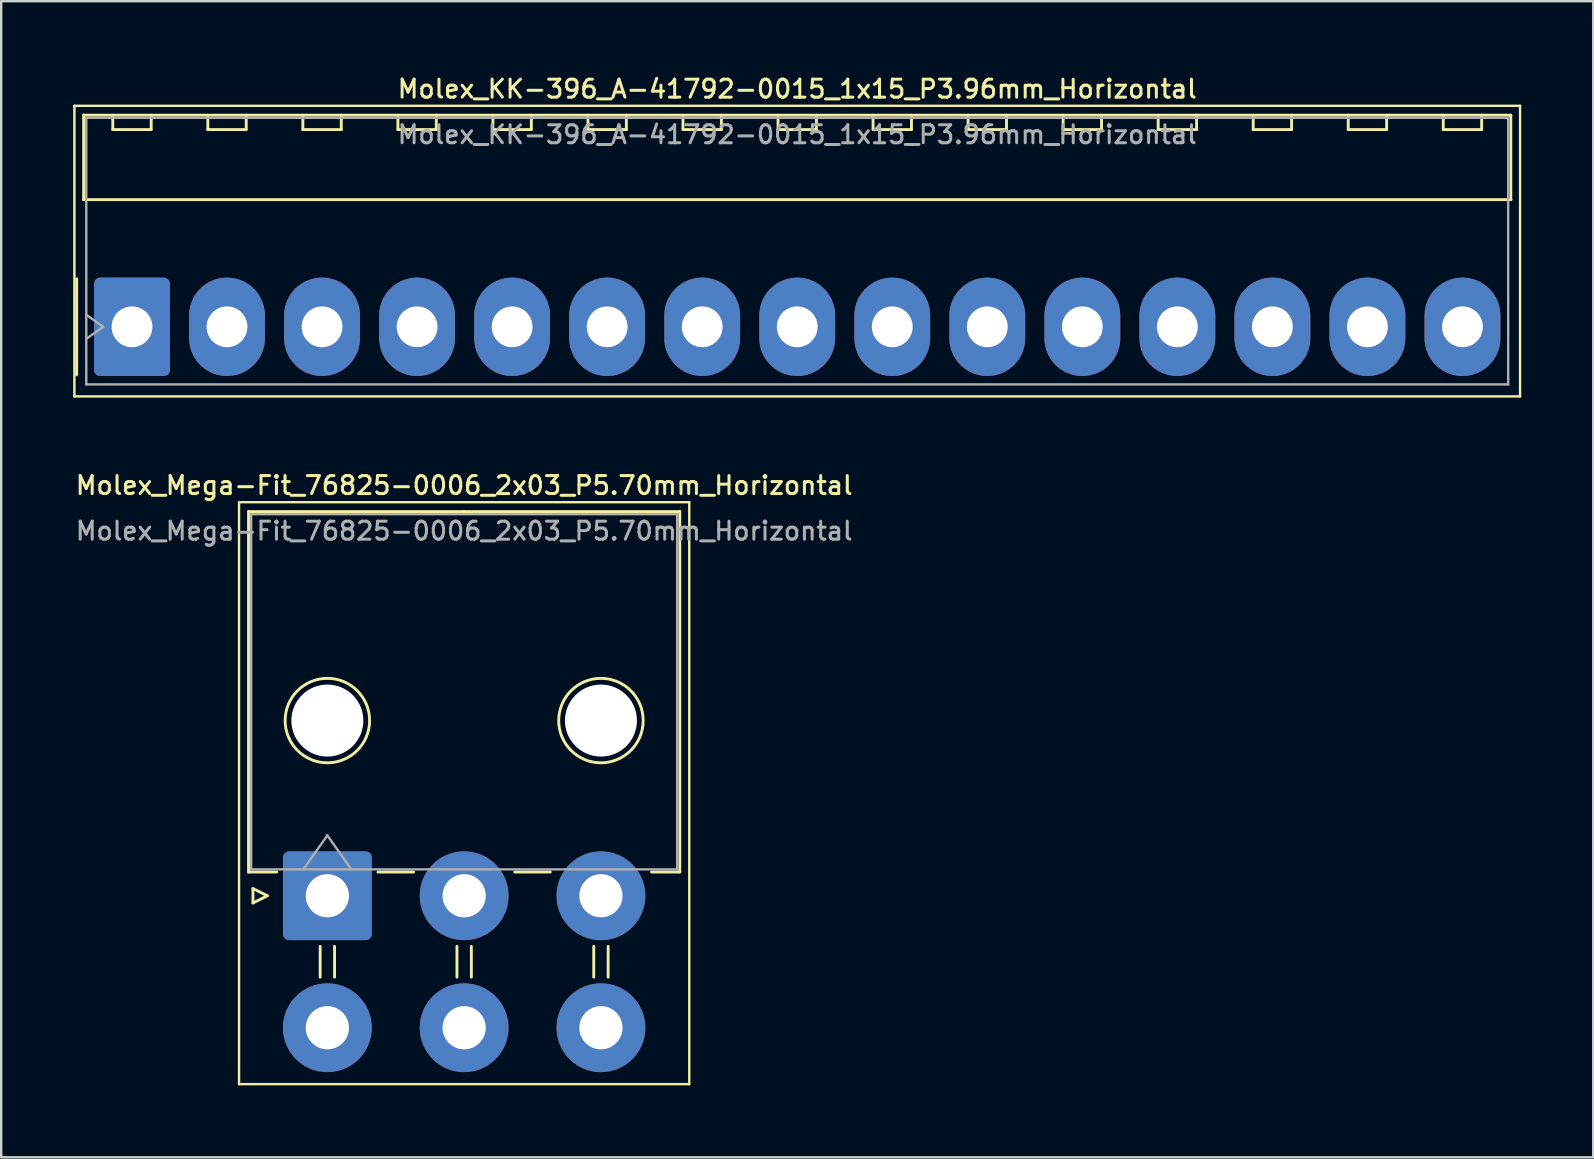
<source format=kicad_pcb>
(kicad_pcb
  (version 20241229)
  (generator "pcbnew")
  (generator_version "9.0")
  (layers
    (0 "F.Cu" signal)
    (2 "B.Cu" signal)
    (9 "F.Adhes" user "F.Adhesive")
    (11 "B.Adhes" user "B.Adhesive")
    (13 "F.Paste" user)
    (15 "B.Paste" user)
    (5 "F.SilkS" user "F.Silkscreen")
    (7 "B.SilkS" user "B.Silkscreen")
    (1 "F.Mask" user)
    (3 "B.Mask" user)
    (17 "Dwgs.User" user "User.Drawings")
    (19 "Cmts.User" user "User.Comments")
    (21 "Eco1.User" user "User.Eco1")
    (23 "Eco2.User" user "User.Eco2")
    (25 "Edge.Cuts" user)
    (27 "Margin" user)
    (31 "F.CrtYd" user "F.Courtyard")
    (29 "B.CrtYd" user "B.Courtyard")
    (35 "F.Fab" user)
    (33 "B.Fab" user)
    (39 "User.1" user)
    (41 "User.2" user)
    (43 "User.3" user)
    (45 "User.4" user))
  (footprint "Molex_KK-396_A-41792-0015_1x15_P3.96mm_Horizontal"
    (layer "F.Cu")
    (at 2.45 10.568)
    (property "Reference" "Molex_KK-396_A-41792-0015_1x15_P3.96mm_Horizontal" (at 27.72 -9.91 0) (layer "F.SilkS") (effects (font (size 0.75 0.75) (thickness 0.125))))
    (attr through_hole)
    (fp_line (start -2.4 -9.21) (end -2.4 2.9) (stroke (width 0.1) (type solid)) (layer "F.SilkS"))
    (fp_line (start -2.4 2.9) (end 57.84 2.9) (stroke (width 0.1) (type solid)) (layer "F.SilkS"))
    (fp_line (start -2.305 -2) (end -2.305 2) (stroke (width 0.12) (type solid)) (layer "F.SilkS"))
    (fp_line (start -2.015 -8.82) (end 57.455 -8.82) (stroke (width 0.12) (type solid)) (layer "F.SilkS"))
    (fp_line (start -2.015 -5.3) (end -2.015 -8.82) (stroke (width 0.12) (type solid)) (layer "F.SilkS"))
    (fp_line (start -0.8 -8.82) (end -0.8 -8.22) (stroke (width 0.12) (type solid)) (layer "F.SilkS"))
    (fp_line (start -0.8 -8.22) (end 0.8 -8.22) (stroke (width 0.12) (type solid)) (layer "F.SilkS"))
    (fp_line (start 0.8 -8.22) (end 0.8 -8.82) (stroke (width 0.12) (type solid)) (layer "F.SilkS"))
    (fp_line (start 3.16 -8.82) (end 3.16 -8.22) (stroke (width 0.12) (type solid)) (layer "F.SilkS"))
    (fp_line (start 3.16 -8.22) (end 4.76 -8.22) (stroke (width 0.12) (type solid)) (layer "F.SilkS"))
    (fp_line (start 4.76 -8.22) (end 4.76 -8.82) (stroke (width 0.12) (type solid)) (layer "F.SilkS"))
    (fp_line (start 7.12 -8.82) (end 7.12 -8.22) (stroke (width 0.12) (type solid)) (layer "F.SilkS"))
    (fp_line (start 7.12 -8.22) (end 8.72 -8.22) (stroke (width 0.12) (type solid)) (layer "F.SilkS"))
    (fp_line (start 8.72 -8.22) (end 8.72 -8.82) (stroke (width 0.12) (type solid)) (layer "F.SilkS"))
    (fp_line (start 11.08 -8.82) (end 11.08 -8.22) (stroke (width 0.12) (type solid)) (layer "F.SilkS"))
    (fp_line (start 11.08 -8.22) (end 12.68 -8.22) (stroke (width 0.12) (type solid)) (layer "F.SilkS"))
    (fp_line (start 12.68 -8.22) (end 12.68 -8.82) (stroke (width 0.12) (type solid)) (layer "F.SilkS"))
    (fp_line (start 15.04 -8.82) (end 15.04 -8.22) (stroke (width 0.12) (type solid)) (layer "F.SilkS"))
    (fp_line (start 15.04 -8.22) (end 16.64 -8.22) (stroke (width 0.12) (type solid)) (layer "F.SilkS"))
    (fp_line (start 16.64 -8.22) (end 16.64 -8.82) (stroke (width 0.12) (type solid)) (layer "F.SilkS"))
    (fp_line (start 19 -8.82) (end 19 -8.22) (stroke (width 0.12) (type solid)) (layer "F.SilkS"))
    (fp_line (start 19 -8.22) (end 20.6 -8.22) (stroke (width 0.12) (type solid)) (layer "F.SilkS"))
    (fp_line (start 20.6 -8.22) (end 20.6 -8.82) (stroke (width 0.12) (type solid)) (layer "F.SilkS"))
    (fp_line (start 22.96 -8.82) (end 22.96 -8.22) (stroke (width 0.12) (type solid)) (layer "F.SilkS"))
    (fp_line (start 22.96 -8.22) (end 24.56 -8.22) (stroke (width 0.12) (type solid)) (layer "F.SilkS"))
    (fp_line (start 24.56 -8.22) (end 24.56 -8.82) (stroke (width 0.12) (type solid)) (layer "F.SilkS"))
    (fp_line (start 26.92 -8.82) (end 26.92 -8.22) (stroke (width 0.12) (type solid)) (layer "F.SilkS"))
    (fp_line (start 26.92 -8.22) (end 28.52 -8.22) (stroke (width 0.12) (type solid)) (layer "F.SilkS"))
    (fp_line (start 28.52 -8.22) (end 28.52 -8.82) (stroke (width 0.12) (type solid)) (layer "F.SilkS"))
    (fp_line (start 30.88 -8.82) (end 30.88 -8.22) (stroke (width 0.12) (type solid)) (layer "F.SilkS"))
    (fp_line (start 30.88 -8.22) (end 32.48 -8.22) (stroke (width 0.12) (type solid)) (layer "F.SilkS"))
    (fp_line (start 32.48 -8.22) (end 32.48 -8.82) (stroke (width 0.12) (type solid)) (layer "F.SilkS"))
    (fp_line (start 34.84 -8.82) (end 34.84 -8.22) (stroke (width 0.12) (type solid)) (layer "F.SilkS"))
    (fp_line (start 34.84 -8.22) (end 36.44 -8.22) (stroke (width 0.12) (type solid)) (layer "F.SilkS"))
    (fp_line (start 36.44 -8.22) (end 36.44 -8.82) (stroke (width 0.12) (type solid)) (layer "F.SilkS"))
    (fp_line (start 38.8 -8.82) (end 38.8 -8.22) (stroke (width 0.12) (type solid)) (layer "F.SilkS"))
    (fp_line (start 38.8 -8.22) (end 40.4 -8.22) (stroke (width 0.12) (type solid)) (layer "F.SilkS"))
    (fp_line (start 40.4 -8.22) (end 40.4 -8.82) (stroke (width 0.12) (type solid)) (layer "F.SilkS"))
    (fp_line (start 42.76 -8.82) (end 42.76 -8.22) (stroke (width 0.12) (type solid)) (layer "F.SilkS"))
    (fp_line (start 42.76 -8.22) (end 44.36 -8.22) (stroke (width 0.12) (type solid)) (layer "F.SilkS"))
    (fp_line (start 44.36 -8.22) (end 44.36 -8.82) (stroke (width 0.12) (type solid)) (layer "F.SilkS"))
    (fp_line (start 46.72 -8.82) (end 46.72 -8.22) (stroke (width 0.12) (type solid)) (layer "F.SilkS"))
    (fp_line (start 46.72 -8.22) (end 48.32 -8.22) (stroke (width 0.12) (type solid)) (layer "F.SilkS"))
    (fp_line (start 48.32 -8.22) (end 48.32 -8.82) (stroke (width 0.12) (type solid)) (layer "F.SilkS"))
    (fp_line (start 50.68 -8.82) (end 50.68 -8.22) (stroke (width 0.12) (type solid)) (layer "F.SilkS"))
    (fp_line (start 50.68 -8.22) (end 52.28 -8.22) (stroke (width 0.12) (type solid)) (layer "F.SilkS"))
    (fp_line (start 52.28 -8.22) (end 52.28 -8.82) (stroke (width 0.12) (type solid)) (layer "F.SilkS"))
    (fp_line (start 54.64 -8.82) (end 54.64 -8.22) (stroke (width 0.12) (type solid)) (layer "F.SilkS"))
    (fp_line (start 54.64 -8.22) (end 56.24 -8.22) (stroke (width 0.12) (type solid)) (layer "F.SilkS"))
    (fp_line (start 56.24 -8.22) (end 56.24 -8.82) (stroke (width 0.12) (type solid)) (layer "F.SilkS"))
    (fp_line (start 57.455 -8.82) (end 57.455 -5.3) (stroke (width 0.12) (type solid)) (layer "F.SilkS"))
    (fp_line (start 57.455 -5.3) (end -2.015 -5.3) (stroke (width 0.12) (type solid)) (layer "F.SilkS"))
    (fp_line (start 57.84 -9.21) (end -2.4 -9.21) (stroke (width 0.1) (type solid)) (layer "F.SilkS"))
    (fp_line (start 57.84 2.9) (end 57.84 -9.21) (stroke (width 0.1) (type solid)) (layer "F.SilkS"))
    (fp_line (start -1.905 -8.71) (end 57.345 -8.71) (stroke (width 0.1) (type solid)) (layer "F.Fab"))
    (fp_line (start -1.905 -0.5) (end -1.198 0) (stroke (width 0.1) (type solid)) (layer "F.Fab"))
    (fp_line (start -1.905 2.4) (end -1.905 -8.71) (stroke (width 0.1) (type solid)) (layer "F.Fab"))
    (fp_line (start -1.198 0) (end -1.905 0.5) (stroke (width 0.1) (type solid)) (layer "F.Fab"))
    (fp_line (start 57.345 -8.71) (end 57.345 2.4) (stroke (width 0.1) (type solid)) (layer "F.Fab"))
    (fp_line (start 57.345 2.4) (end -1.905 2.4) (stroke (width 0.1) (type solid)) (layer "F.Fab"))
    (fp_text user "${REFERENCE}" (at 27.72 -8.01 0) (layer "F.Fab") (effects (font (size 0.75 0.75) (thickness 0.125))))
    (pad "1" thru_hole roundrect (at 0 0) (size 3.16 4.1) (drill 1.7) (layers "*.Cu" "*.Mask") (roundrect_rratio 0.079))
    (pad "2" thru_hole oval (at 3.96 0) (size 3.16 4.1) (drill 1.7) (layers "*.Cu" "*.Mask"))
    (pad "3" thru_hole oval (at 7.92 0) (size 3.16 4.1) (drill 1.7) (layers "*.Cu" "*.Mask"))
    (pad "4" thru_hole oval (at 11.88 0) (size 3.16 4.1) (drill 1.7) (layers "*.Cu" "*.Mask"))
    (pad "5" thru_hole oval (at 15.84 0) (size 3.16 4.1) (drill 1.7) (layers "*.Cu" "*.Mask"))
    (pad "6" thru_hole oval (at 19.8 0) (size 3.16 4.1) (drill 1.7) (layers "*.Cu" "*.Mask"))
    (pad "7" thru_hole oval (at 23.76 0) (size 3.16 4.1) (drill 1.7) (layers "*.Cu" "*.Mask"))
    (pad "8" thru_hole oval (at 27.72 0) (size 3.16 4.1) (drill 1.7) (layers "*.Cu" "*.Mask"))
    (pad "9" thru_hole oval (at 31.68 0) (size 3.16 4.1) (drill 1.7) (layers "*.Cu" "*.Mask"))
    (pad "10" thru_hole oval (at 35.64 0) (size 3.16 4.1) (drill 1.7) (layers "*.Cu" "*.Mask"))
    (pad "11" thru_hole oval (at 39.6 0) (size 3.16 4.1) (drill 1.7) (layers "*.Cu" "*.Mask"))
    (pad "12" thru_hole oval (at 43.56 0) (size 3.16 4.1) (drill 1.7) (layers "*.Cu" "*.Mask"))
    (pad "13" thru_hole oval (at 47.52 0) (size 3.16 4.1) (drill 1.7) (layers "*.Cu" "*.Mask"))
    (pad "14" thru_hole oval (at 51.48 0) (size 3.16 4.1) (drill 1.7) (layers "*.Cu" "*.Mask"))
    (pad "15" thru_hole oval (at 55.44 0) (size 3.16 4.1) (drill 1.7) (layers "*.Cu" "*.Mask")))
  (footprint "Molex_Mega-Fit_76825-0006_2x03_P5.70mm_Horizontal"
    (layer "F.Cu")
    (at 10.591 34.276)
    (property "Reference" "Molex_Mega-Fit_76825-0006_2x03_P5.70mm_Horizontal" (at 5.7 -17.1 0) (layer "F.SilkS") (effects (font (size 0.75 0.75) (thickness 0.125))))
    (attr through_hole)
    (fp_line (start -3.68 -16.4) (end -3.68 7.85) (stroke (width 0.1) (type solid)) (layer "F.SilkS"))
    (fp_line (start -3.68 7.85) (end 15.08 7.85) (stroke (width 0.1) (type solid)) (layer "F.SilkS"))
    (fp_line (start -3.285 -16.01) (end -3.285 -0.99) (stroke (width 0.12) (type solid)) (layer "F.SilkS"))
    (fp_line (start -3.285 -0.99) (end -2.11 -0.99) (stroke (width 0.12) (type solid)) (layer "F.SilkS"))
    (fp_line (start -3.1 -0.3) (end -2.5 0) (stroke (width 0.12) (type solid)) (layer "F.SilkS"))
    (fp_line (start -3.1 0.3) (end -3.1 -0.3) (stroke (width 0.12) (type solid)) (layer "F.SilkS"))
    (fp_line (start -2.5 0) (end -3.1 0.3) (stroke (width 0.12) (type solid)) (layer "F.SilkS"))
    (fp_line (start -0.3 2.11) (end -0.3 3.39) (stroke (width 0.12) (type solid)) (layer "F.SilkS"))
    (fp_line (start 0.3 2.11) (end 0.3 3.39) (stroke (width 0.12) (type solid)) (layer "F.SilkS"))
    (fp_line (start 2.11 -0.99) (end 3.59 -0.99) (stroke (width 0.12) (type solid)) (layer "F.SilkS"))
    (fp_line (start 5.4 2.11) (end 5.4 3.39) (stroke (width 0.12) (type solid)) (layer "F.SilkS"))
    (fp_line (start 5.7 -16.01) (end -3.285 -16.01) (stroke (width 0.12) (type solid)) (layer "F.SilkS"))
    (fp_line (start 5.7 -16.01) (end 14.685 -16.01) (stroke (width 0.12) (type solid)) (layer "F.SilkS"))
    (fp_line (start 6 2.11) (end 6 3.39) (stroke (width 0.12) (type solid)) (layer "F.SilkS"))
    (fp_line (start 7.81 -0.99) (end 9.29 -0.99) (stroke (width 0.12) (type solid)) (layer "F.SilkS"))
    (fp_line (start 11.1 2.11) (end 11.1 3.39) (stroke (width 0.12) (type solid)) (layer "F.SilkS"))
    (fp_line (start 11.7 2.11) (end 11.7 3.39) (stroke (width 0.12) (type solid)) (layer "F.SilkS"))
    (fp_line (start 14.685 -16.01) (end 14.685 -0.99) (stroke (width 0.12) (type solid)) (layer "F.SilkS"))
    (fp_line (start 14.685 -0.99) (end 13.51 -0.99) (stroke (width 0.12) (type solid)) (layer "F.SilkS"))
    (fp_line (start 15.08 -16.4) (end -3.68 -16.4) (stroke (width 0.1) (type solid)) (layer "F.SilkS"))
    (fp_line (start 15.08 7.85) (end 15.08 -16.4) (stroke (width 0.1) (type solid)) (layer "F.SilkS"))
    (fp_circle (center 0 -7.3) (end 1.76 -7.3) (stroke (width 0.12) (type solid)) (fill no) (layer "F.SilkS"))
    (fp_circle (center 11.4 -7.3) (end 13.16 -7.3) (stroke (width 0.12) (type solid)) (fill no) (layer "F.SilkS"))
    (fp_line (start -3.175 -15.9) (end -3.175 -1.1) (stroke (width 0.1) (type solid)) (layer "F.Fab"))
    (fp_line (start -3.175 -1.1) (end 14.575 -1.1) (stroke (width 0.1) (type solid)) (layer "F.Fab"))
    (fp_line (start -1 -1.1) (end 0 -2.514) (stroke (width 0.1) (type solid)) (layer "F.Fab"))
    (fp_line (start 0 -2.514) (end 1 -1.1) (stroke (width 0.1) (type solid)) (layer "F.Fab"))
    (fp_line (start 14.575 -15.9) (end -3.175 -15.9) (stroke (width 0.1) (type solid)) (layer "F.Fab"))
    (fp_line (start 14.575 -1.1) (end 14.575 -15.9) (stroke (width 0.1) (type solid)) (layer "F.Fab"))
    (fp_text user "${REFERENCE}" (at 5.7 -15.2 0) (layer "F.Fab") (effects (font (size 0.75 0.75) (thickness 0.125))))
    (pad "" np_thru_hole circle (at 0 -7.3) (size 3 3) (drill 3) (layers "*.Cu" "*.Mask"))
    (pad "" np_thru_hole circle (at 11.4 -7.3) (size 3 3) (drill 3) (layers "*.Cu" "*.Mask"))
    (pad "1" thru_hole roundrect (at 0 0) (size 3.7 3.7) (drill 1.8) (layers "*.Cu" "*.Mask") (roundrect_rratio 0.068))
    (pad "2" thru_hole circle (at 5.7 0) (size 3.7 3.7) (drill 1.8) (layers "*.Cu" "*.Mask"))
    (pad "3" thru_hole circle (at 11.4 0) (size 3.7 3.7) (drill 1.8) (layers "*.Cu" "*.Mask"))
    (pad "4" thru_hole circle (at 0 5.5) (size 3.7 3.7) (drill 1.8) (layers "*.Cu" "*.Mask"))
    (pad "5" thru_hole circle (at 5.7 5.5) (size 3.7 3.7) (drill 1.8) (layers "*.Cu" "*.Mask"))
    (pad "6" thru_hole circle (at 11.4 5.5) (size 3.7 3.7) (drill 1.8) (layers "*.Cu" "*.Mask")))
  (gr_rect
    (start -3 -3)
    (end 63.34 45.176)
    (stroke (width 0.1) (type default))
    (fill no)
    (layer "Edge.Cuts")))
</source>
